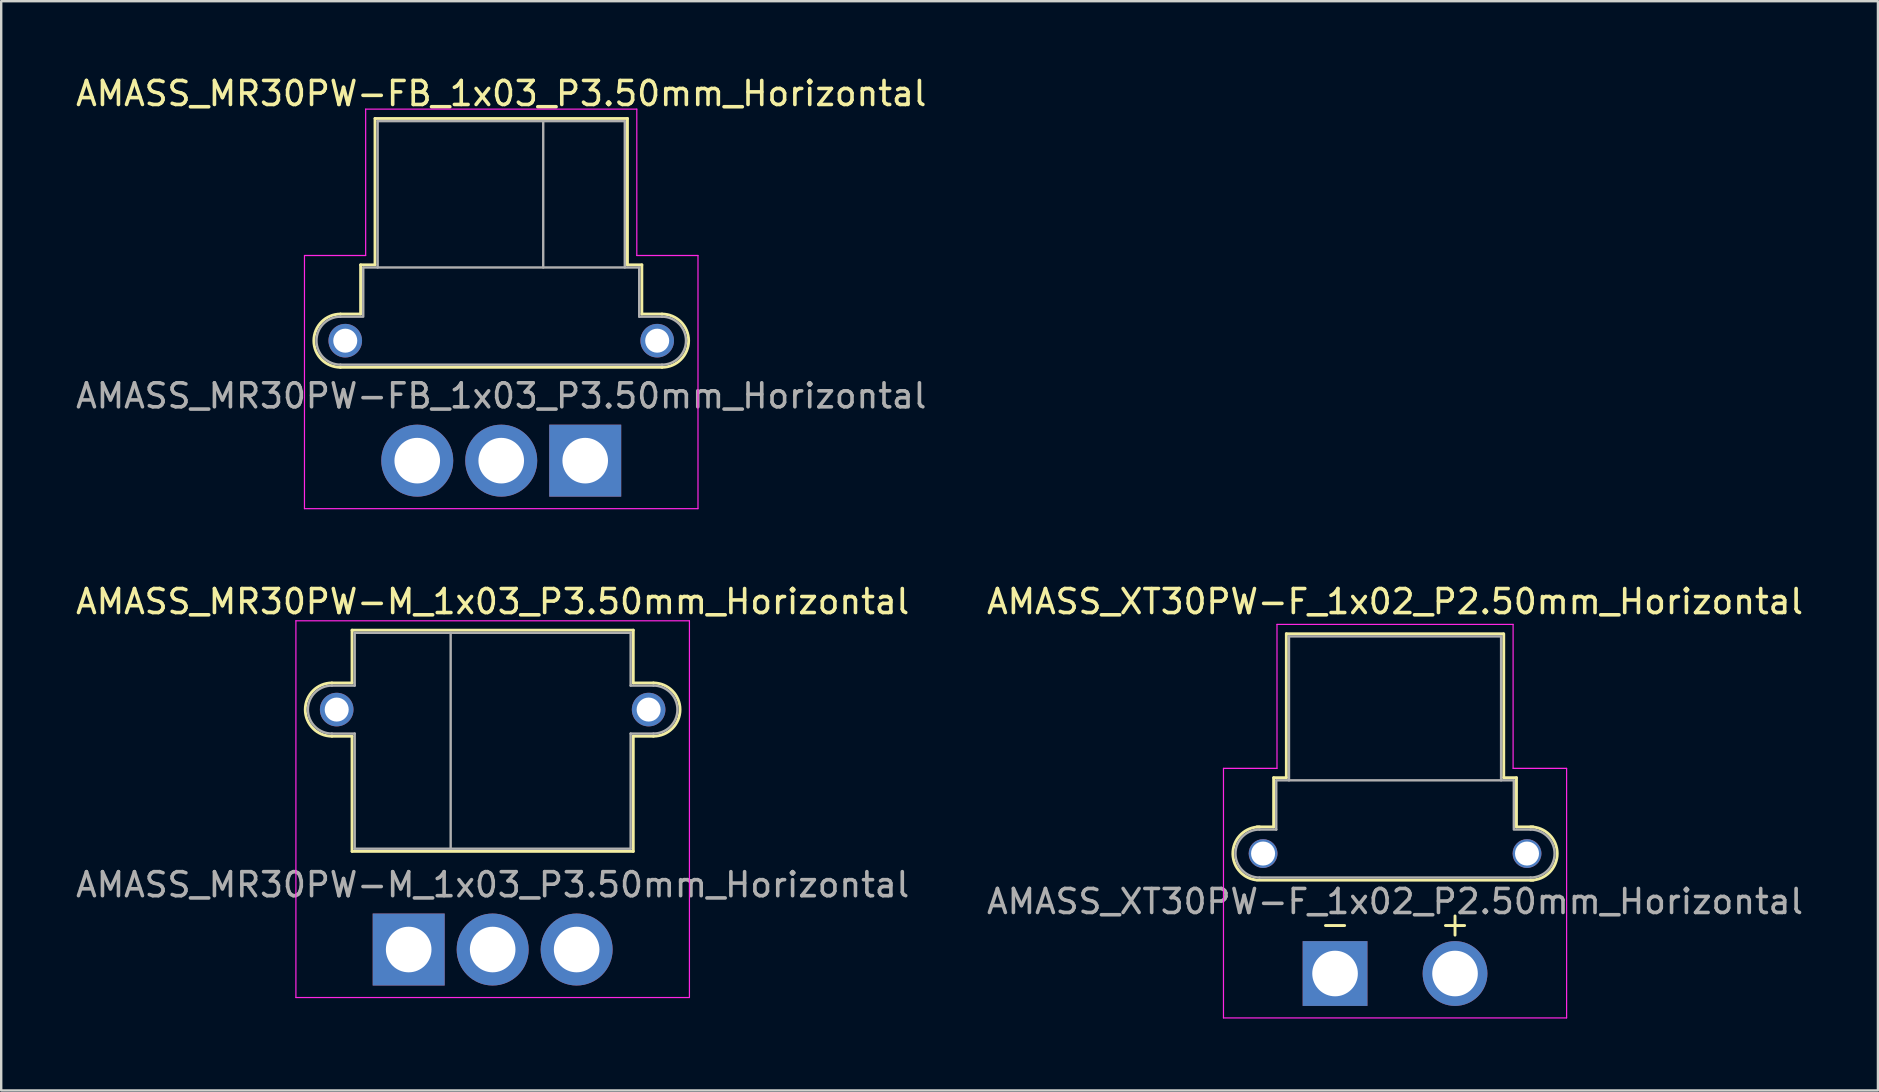
<source format=kicad_pcb>
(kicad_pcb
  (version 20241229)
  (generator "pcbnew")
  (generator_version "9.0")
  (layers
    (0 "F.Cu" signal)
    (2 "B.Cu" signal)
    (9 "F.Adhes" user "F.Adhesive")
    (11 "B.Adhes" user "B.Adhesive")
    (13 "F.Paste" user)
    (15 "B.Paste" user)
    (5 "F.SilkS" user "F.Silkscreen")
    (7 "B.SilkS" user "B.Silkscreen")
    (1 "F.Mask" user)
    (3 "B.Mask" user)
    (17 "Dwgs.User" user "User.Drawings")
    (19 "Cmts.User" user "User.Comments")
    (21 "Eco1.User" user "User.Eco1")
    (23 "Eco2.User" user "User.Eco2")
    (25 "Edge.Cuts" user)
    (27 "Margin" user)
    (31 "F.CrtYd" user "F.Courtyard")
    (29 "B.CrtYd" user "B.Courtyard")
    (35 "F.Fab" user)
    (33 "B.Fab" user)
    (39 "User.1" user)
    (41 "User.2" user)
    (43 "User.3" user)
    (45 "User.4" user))
  (footprint "AMASS_MR30PW-M_1x03_P3.50mm_Horizontal"
    (layer "F.Cu")
    (at 13.982 36.522)
    (property "Reference" "AMASS_MR30PW-M_1x03_P3.50mm_Horizontal" (at 3.5 -14.5 0) (layer "F.SilkS") (effects (font (size 1 1) (thickness 0.15))))
    (attr through_hole)
    (fp_line (start -3.2 -11.11) (end -2.36 -11.11) (stroke (width 0.12) (type solid)) (layer "F.SilkS"))
    (fp_line (start -3.2 -8.89) (end -2.36 -8.89) (stroke (width 0.12) (type solid)) (layer "F.SilkS"))
    (fp_line (start -2.36 -13.31) (end -2.36 -11.11) (stroke (width 0.12) (type solid)) (layer "F.SilkS"))
    (fp_line (start -2.36 -13.31) (end 9.36 -13.31) (stroke (width 0.12) (type solid)) (layer "F.SilkS"))
    (fp_line (start -2.36 -8.89) (end -2.36 -4.09) (stroke (width 0.12) (type solid)) (layer "F.SilkS"))
    (fp_line (start -2.36 -4.09) (end 9.36 -4.09) (stroke (width 0.12) (type solid)) (layer "F.SilkS"))
    (fp_line (start 9.36 -13.31) (end 9.36 -11.11) (stroke (width 0.12) (type solid)) (layer "F.SilkS"))
    (fp_line (start 9.36 -11.11) (end 10.2 -11.11) (stroke (width 0.12) (type solid)) (layer "F.SilkS"))
    (fp_line (start 9.36 -8.89) (end 9.36 -4.09) (stroke (width 0.12) (type solid)) (layer "F.SilkS"))
    (fp_line (start 9.36 -8.89) (end 10.2 -8.89) (stroke (width 0.12) (type solid)) (layer "F.SilkS"))
    (fp_arc (start -3.2 -8.89) (mid -4.31 -10) (end -3.2 -11.11) (stroke (width 0.12) (type solid)) (layer "F.SilkS"))
    (fp_arc (start 10.2 -11.11) (mid 11.31 -10) (end 10.2 -8.89) (stroke (width 0.12) (type solid)) (layer "F.SilkS"))
    (fp_line (start -4.7 -13.7) (end -4.7 2) (stroke (width 0.05) (type solid)) (layer "F.CrtYd"))
    (fp_line (start -4.7 -13.7) (end 11.7 -13.7) (stroke (width 0.05) (type solid)) (layer "F.CrtYd"))
    (fp_line (start -4.7 2) (end 11.7 2) (stroke (width 0.05) (type solid)) (layer "F.CrtYd"))
    (fp_line (start 11.7 -13.7) (end 11.7 2) (stroke (width 0.05) (type solid)) (layer "F.CrtYd"))
    (fp_line (start -3.2 -11) (end -2.25 -11) (stroke (width 0.1) (type solid)) (layer "F.Fab"))
    (fp_line (start -3.2 -9) (end -2.25 -9) (stroke (width 0.1) (type solid)) (layer "F.Fab"))
    (fp_line (start -2.25 -13.2) (end -2.25 -11) (stroke (width 0.1) (type solid)) (layer "F.Fab"))
    (fp_line (start -2.25 -13.2) (end 9.25 -13.2) (stroke (width 0.1) (type solid)) (layer "F.Fab"))
    (fp_line (start -2.25 -9) (end -2.25 -4.2) (stroke (width 0.1) (type solid)) (layer "F.Fab"))
    (fp_line (start -2.25 -4.2) (end 9.25 -4.2) (stroke (width 0.1) (type solid)) (layer "F.Fab"))
    (fp_line (start 1.75 -13.2) (end 1.75 -4.2) (stroke (width 0.1) (type solid)) (layer "F.Fab"))
    (fp_line (start 9.25 -13.2) (end 9.25 -11) (stroke (width 0.1) (type solid)) (layer "F.Fab"))
    (fp_line (start 9.25 -11) (end 10.2 -11) (stroke (width 0.1) (type solid)) (layer "F.Fab"))
    (fp_line (start 9.25 -9) (end 9.25 -4.2) (stroke (width 0.1) (type solid)) (layer "F.Fab"))
    (fp_line (start 9.25 -9) (end 10.2 -9) (stroke (width 0.1) (type solid)) (layer "F.Fab"))
    (fp_arc (start -3.2 -9) (mid -4.2 -10) (end -3.2 -11) (stroke (width 0.1) (type solid)) (layer "F.Fab"))
    (fp_arc (start 10.2 -11) (mid 11.2 -10) (end 10.2 -9) (stroke (width 0.1) (type solid)) (layer "F.Fab"))
    (fp_text user "${REFERENCE}" (at 3.5 -2.7 0) (layer "F.Fab") (effects (font (size 1 1) (thickness 0.15))))
    (pad "" thru_hole circle (at -3 -10) (size 1.4 1.4) (drill 1) (layers "*.Cu" "*.Mask"))
    (pad "" thru_hole circle (at 10 -10) (size 1.4 1.4) (drill 1) (layers "*.Cu" "*.Mask"))
    (pad "1" thru_hole rect (at 0 0) (size 3 3) (drill 1.9) (layers "*.Cu" "*.Mask"))
    (pad "2" thru_hole circle (at 3.5 0) (size 3 3) (drill 1.9) (layers "*.Cu" "*.Mask"))
    (pad "3" thru_hole circle (at 7 0) (size 3 3) (drill 1.9) (layers "*.Cu" "*.Mask")))
  (footprint "AMASS_XT30PW-F_1x02_P2.50mm_Horizontal"
    (layer "F.Cu")
    (at 52.589 37.522)
    (property "Reference" "AMASS_XT30PW-F_1x02_P2.50mm_Horizontal" (at 2.5 -15.5 0) (layer "F.SilkS") (effects (font (size 1 1) (thickness 0.15))))
    (attr through_hole)
    (fp_line (start -3.26 -6.11) (end -2.56 -6.11) (stroke (width 0.12) (type solid)) (layer "F.SilkS"))
    (fp_line (start -3.26 -3.89) (end 8.26 -3.89) (stroke (width 0.12) (type solid)) (layer "F.SilkS"))
    (fp_line (start -2.56 -8.16) (end -2.56 -6.11) (stroke (width 0.12) (type solid)) (layer "F.SilkS"))
    (fp_line (start -2.56 -8.16) (end -2.03 -8.16) (stroke (width 0.12) (type solid)) (layer "F.SilkS"))
    (fp_line (start -2.03 -14.16) (end -2.03 -8.16) (stroke (width 0.12) (type solid)) (layer "F.SilkS"))
    (fp_line (start -2.03 -14.16) (end 7 -14.16) (stroke (width 0.12) (type solid)) (layer "F.SilkS"))
    (fp_line (start -0.4 -2) (end 0.4 -2) (stroke (width 0.12) (type solid)) (layer "F.SilkS"))
    (fp_line (start 4.6 -2) (end 5.4 -2) (stroke (width 0.12) (type solid)) (layer "F.SilkS"))
    (fp_line (start 5 -2.4) (end 5 -1.6) (stroke (width 0.12) (type solid)) (layer "F.SilkS"))
    (fp_line (start 7.03 -14.16) (end 7.03 -8.16) (stroke (width 0.12) (type solid)) (layer "F.SilkS"))
    (fp_line (start 7.03 -8.16) (end 7.56 -8.16) (stroke (width 0.12) (type solid)) (layer "F.SilkS"))
    (fp_line (start 7.56 -8.16) (end 7.56 -6.11) (stroke (width 0.12) (type solid)) (layer "F.SilkS"))
    (fp_line (start 7.56 -6.11) (end 8.26 -6.11) (stroke (width 0.12) (type solid)) (layer "F.SilkS"))
    (fp_arc (start -3.321729 -3.903365) (mid -4.256653 -5.086124) (end -3.15 -6.11) (stroke (width 0.12) (type solid)) (layer "F.SilkS"))
    (fp_arc (start 8.15 -6.11) (mid 9.26 -5) (end 8.15 -3.89) (stroke (width 0.12) (type solid)) (layer "F.SilkS"))
    (fp_line (start -4.65 -8.55) (end -4.65 1.85) (stroke (width 0.05) (type solid)) (layer "F.CrtYd"))
    (fp_line (start -4.65 -8.55) (end -2.42 -8.55) (stroke (width 0.05) (type solid)) (layer "F.CrtYd"))
    (fp_line (start -4.65 1.85) (end 9.65 1.85) (stroke (width 0.05) (type solid)) (layer "F.CrtYd"))
    (fp_line (start -2.42 -14.55) (end -2.42 -8.55) (stroke (width 0.05) (type solid)) (layer "F.CrtYd"))
    (fp_line (start -2.42 -14.55) (end 7.42 -14.55) (stroke (width 0.05) (type solid)) (layer "F.CrtYd"))
    (fp_line (start 7.42 -14.55) (end 7.42 -8.55) (stroke (width 0.05) (type solid)) (layer "F.CrtYd"))
    (fp_line (start 7.42 -8.55) (end 9.65 -8.55) (stroke (width 0.05) (type solid)) (layer "F.CrtYd"))
    (fp_line (start 9.65 -8.55) (end 9.65 1.85) (stroke (width 0.05) (type solid)) (layer "F.CrtYd"))
    (fp_line (start -3.15 -6) (end -2.45 -6) (stroke (width 0.1) (type solid)) (layer "F.Fab"))
    (fp_line (start -3.15 -4) (end 8.15 -4) (stroke (width 0.1) (type solid)) (layer "F.Fab"))
    (fp_line (start -2.45 -8.05) (end -2.45 -6) (stroke (width 0.1) (type solid)) (layer "F.Fab"))
    (fp_line (start -2.45 -8.05) (end 7.45 -8.05) (stroke (width 0.1) (type solid)) (layer "F.Fab"))
    (fp_line (start -1.92 -14.05) (end -1.92 -8.05) (stroke (width 0.1) (type solid)) (layer "F.Fab"))
    (fp_line (start -1.92 -14.05) (end 6.92 -14.05) (stroke (width 0.1) (type solid)) (layer "F.Fab"))
    (fp_line (start 6.92 -14.05) (end 6.92 -8.05) (stroke (width 0.1) (type solid)) (layer "F.Fab"))
    (fp_line (start 7.45 -8.05) (end 7.45 -6.05) (stroke (width 0.1) (type solid)) (layer "F.Fab"))
    (fp_line (start 7.45 -6) (end 8.15 -6) (stroke (width 0.1) (type solid)) (layer "F.Fab"))
    (fp_arc (start -3.15 -4) (mid -4.15 -5) (end -3.15 -6) (stroke (width 0.1) (type solid)) (layer "F.Fab"))
    (fp_arc (start 8.15 -6) (mid 9.15 -5) (end 8.15 -4) (stroke (width 0.1) (type solid)) (layer "F.Fab"))
    (fp_text user "${REFERENCE}" (at 2.5 -3 0) (layer "F.Fab") (effects (font (size 1 1) (thickness 0.15))))
    (pad "" thru_hole circle (at -3 -5 90) (size 1.2 1.2) (drill 1) (layers "*.Cu" "*.Mask"))
    (pad "" thru_hole circle (at 8 -5) (size 1.2 1.2) (drill 1) (layers "*.Cu" "*.Mask"))
    (pad "1" thru_hole rect (at 0 0) (size 2.7 2.7) (drill 1.9) (layers "*.Cu" "*.Mask"))
    (pad "2" thru_hole circle (at 5 0) (size 2.7 2.7) (drill 1.9) (layers "*.Cu" "*.Mask")))
  (footprint "AMASS_MR30PW-FB_1x03_P3.50mm_Horizontal"
    (layer "F.Cu")
    (at 21.339 16.148)
    (property "Reference" "AMASS_MR30PW-FB_1x03_P3.50mm_Horizontal" (at -3.5 -15.3 0) (layer "F.SilkS") (effects (font (size 1 1) (thickness 0.15))))
    (attr through_hole)
    (fp_line (start -10.2 -6.11) (end -9.36 -6.11) (stroke (width 0.12) (type solid)) (layer "F.SilkS"))
    (fp_line (start -10.2 -3.89) (end 3.2 -3.89) (stroke (width 0.12) (type solid)) (layer "F.SilkS"))
    (fp_line (start -9.36 -8.16) (end -9.36 -6.11) (stroke (width 0.12) (type solid)) (layer "F.SilkS"))
    (fp_line (start -9.36 -8.16) (end -8.76 -8.16) (stroke (width 0.12) (type solid)) (layer "F.SilkS"))
    (fp_line (start -8.76 -14.26) (end -8.76 -8.16) (stroke (width 0.12) (type solid)) (layer "F.SilkS"))
    (fp_line (start -8.76 -14.26) (end 1.76 -14.26) (stroke (width 0.12) (type solid)) (layer "F.SilkS"))
    (fp_line (start 1.76 -14.26) (end 1.76 -8.16) (stroke (width 0.12) (type solid)) (layer "F.SilkS"))
    (fp_line (start 1.76 -8.16) (end 2.36 -8.16) (stroke (width 0.12) (type solid)) (layer "F.SilkS"))
    (fp_line (start 2.36 -8.16) (end 2.36 -6.11) (stroke (width 0.12) (type solid)) (layer "F.SilkS"))
    (fp_line (start 2.36 -6.11) (end 3.2 -6.11) (stroke (width 0.12) (type solid)) (layer "F.SilkS"))
    (fp_arc (start -10.2 -3.89) (mid -11.31 -5) (end -10.2 -6.11) (stroke (width 0.12) (type solid)) (layer "F.SilkS"))
    (fp_arc (start 3.2 -6.11) (mid 4.31 -5) (end 3.2 -3.89) (stroke (width 0.12) (type solid)) (layer "F.SilkS"))
    (fp_line (start -11.7 -8.55) (end -11.7 2) (stroke (width 0.05) (type solid)) (layer "F.CrtYd"))
    (fp_line (start -11.7 2) (end 4.7 2) (stroke (width 0.05) (type solid)) (layer "F.CrtYd"))
    (fp_line (start -9.15 -14.65) (end -9.15 -8.55) (stroke (width 0.05) (type solid)) (layer "F.CrtYd"))
    (fp_line (start -9.15 -14.65) (end 2.15 -14.65) (stroke (width 0.05) (type solid)) (layer "F.CrtYd"))
    (fp_line (start -9.15 -8.55) (end -11.7 -8.55) (stroke (width 0.05) (type solid)) (layer "F.CrtYd"))
    (fp_line (start 2.15 -14.65) (end 2.15 -8.55) (stroke (width 0.05) (type solid)) (layer "F.CrtYd"))
    (fp_line (start 4.7 -8.55) (end 2.15 -8.55) (stroke (width 0.05) (type solid)) (layer "F.CrtYd"))
    (fp_line (start 4.7 -8.55) (end 4.7 2) (stroke (width 0.05) (type solid)) (layer "F.CrtYd"))
    (fp_line (start -10.2 -6) (end -9.25 -6) (stroke (width 0.1) (type solid)) (layer "F.Fab"))
    (fp_line (start -10.2 -4) (end 3.2 -4) (stroke (width 0.1) (type solid)) (layer "F.Fab"))
    (fp_line (start -9.25 -8.05) (end -9.25 -6.05) (stroke (width 0.1) (type solid)) (layer "F.Fab"))
    (fp_line (start -9.25 -8.05) (end 2.25 -8.05) (stroke (width 0.1) (type solid)) (layer "F.Fab"))
    (fp_line (start -8.65 -14.15) (end -8.65 -8.05) (stroke (width 0.1) (type solid)) (layer "F.Fab"))
    (fp_line (start -8.65 -14.15) (end 1.65 -14.15) (stroke (width 0.1) (type solid)) (layer "F.Fab"))
    (fp_line (start -1.75 -14.15) (end -1.75 -8.05) (stroke (width 0.1) (type solid)) (layer "F.Fab"))
    (fp_line (start 1.65 -14.15) (end 1.65 -8.05) (stroke (width 0.1) (type solid)) (layer "F.Fab"))
    (fp_line (start 2.25 -8.05) (end 2.25 -6) (stroke (width 0.1) (type solid)) (layer "F.Fab"))
    (fp_line (start 2.255 -6) (end 3.2 -6) (stroke (width 0.1) (type solid)) (layer "F.Fab"))
    (fp_arc (start -10.2 -4) (mid -11.2 -5) (end -10.2 -6) (stroke (width 0.1) (type solid)) (layer "F.Fab"))
    (fp_arc (start 3.2 -6) (mid 4.2 -5) (end 3.2 -4) (stroke (width 0.1) (type solid)) (layer "F.Fab"))
    (fp_text user "${REFERENCE}" (at -3.5 -2.7 0) (layer "F.Fab") (effects (font (size 1 1) (thickness 0.15))))
    (pad "" thru_hole circle (at -10 -5) (size 1.4 1.4) (drill 1) (layers "*.Cu" "*.Mask"))
    (pad "" thru_hole circle (at 3 -5 90) (size 1.4 1.4) (drill 1) (layers "*.Cu" "*.Mask"))
    (pad "1" thru_hole rect (at 0 0) (size 3 3) (drill 1.9) (layers "*.Cu" "*.Mask"))
    (pad "2" thru_hole circle (at -3.5 0) (size 3 3) (drill 1.9) (layers "*.Cu" "*.Mask"))
    (pad "3" thru_hole circle (at -7 0) (size 3 3) (drill 1.9) (layers "*.Cu" "*.Mask")))
  (gr_rect
    (start -3 -3)
    (end 75.214 42.397)
    (stroke (width 0.1) (type default))
    (fill no)
    (layer "Edge.Cuts")))
</source>
